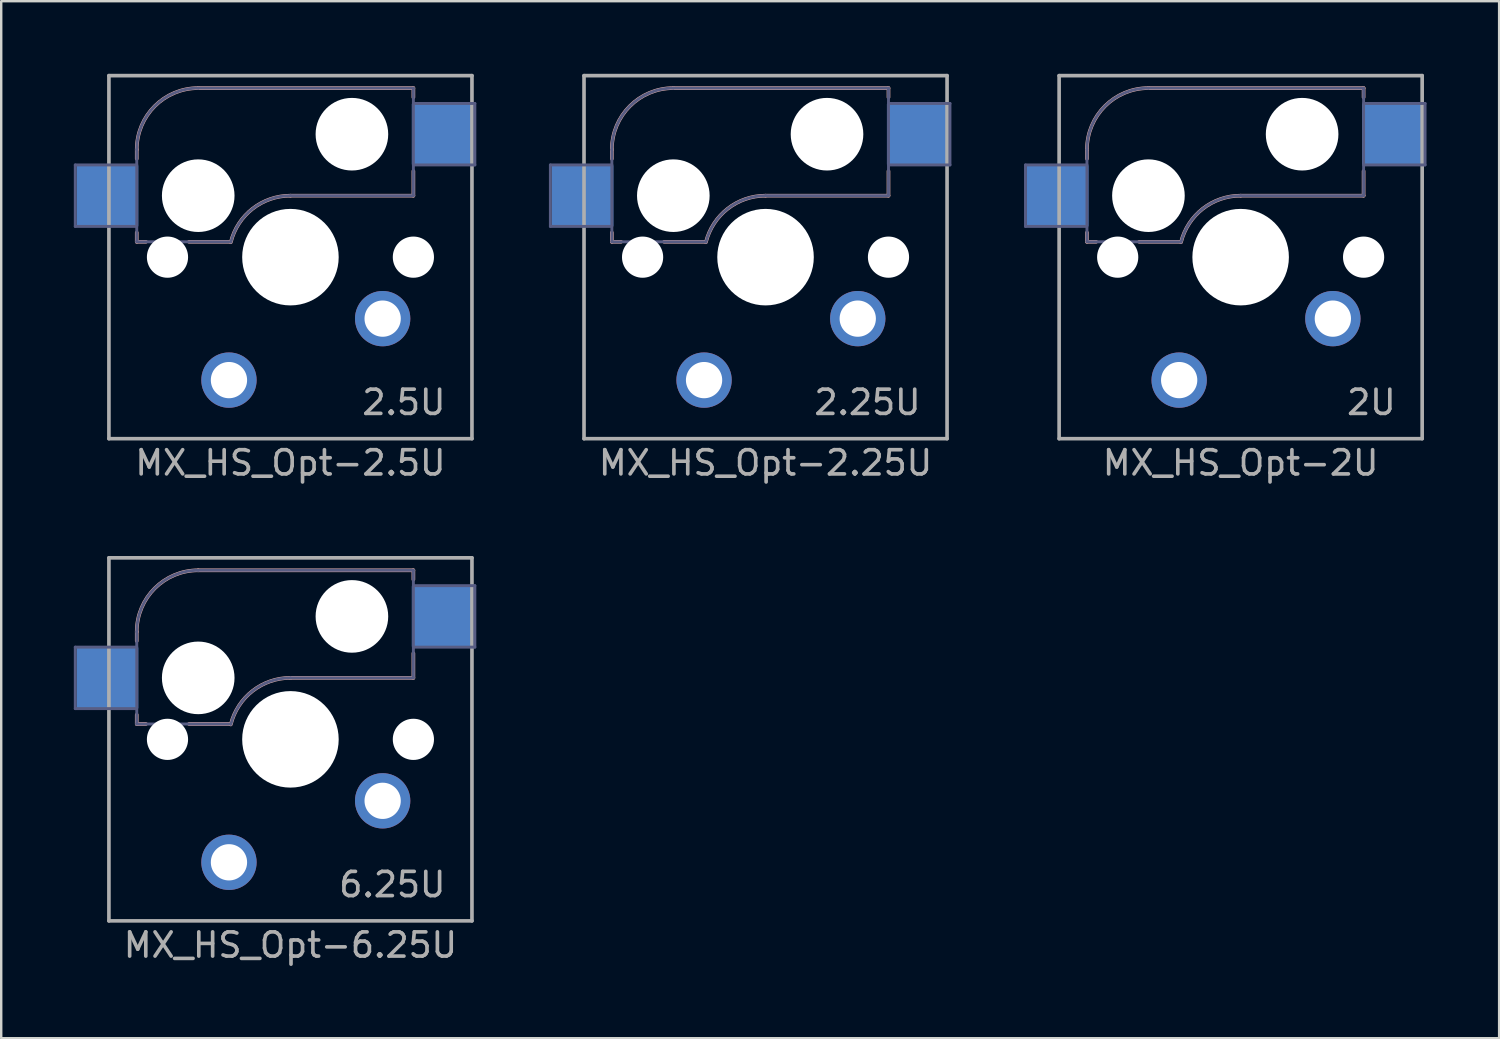
<source format=kicad_pcb>
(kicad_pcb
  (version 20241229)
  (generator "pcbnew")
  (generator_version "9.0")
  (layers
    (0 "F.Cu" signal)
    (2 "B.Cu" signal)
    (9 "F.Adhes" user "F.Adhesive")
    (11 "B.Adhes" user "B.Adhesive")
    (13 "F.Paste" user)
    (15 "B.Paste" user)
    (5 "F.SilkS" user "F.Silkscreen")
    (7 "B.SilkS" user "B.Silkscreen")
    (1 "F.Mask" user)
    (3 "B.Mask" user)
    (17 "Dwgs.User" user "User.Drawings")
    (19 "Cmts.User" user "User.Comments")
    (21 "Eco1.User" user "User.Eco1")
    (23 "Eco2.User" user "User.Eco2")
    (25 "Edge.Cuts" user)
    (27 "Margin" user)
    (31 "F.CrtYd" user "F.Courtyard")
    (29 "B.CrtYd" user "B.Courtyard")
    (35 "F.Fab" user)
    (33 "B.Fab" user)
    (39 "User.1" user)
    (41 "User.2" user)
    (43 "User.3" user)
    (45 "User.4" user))
  (footprint "MX_HS_Opt-2U"
    (layer "F.Cu")
    (at 48.21 7.575)
    (property "Reference" "MX_HS_Opt-2U" (at 0 8.5 0) (unlocked yes) (layer "F.Fab") (effects (font (size 1 1) (thickness 0.15))))
    (fp_line (start -6.35 -4.445) (end -6.35 -4.064) (stroke (width 0.15) (type solid)) (layer "B.SilkS"))
    (fp_line (start -6.35 -1.016) (end -6.35 -0.635) (stroke (width 0.15) (type solid)) (layer "B.SilkS"))
    (fp_line (start -6.35 -0.635) (end -5.969 -0.635) (stroke (width 0.15) (type solid)) (layer "B.SilkS"))
    (fp_line (start -4.191 -0.635) (end -2.54 -0.635) (stroke (width 0.15) (type solid)) (layer "B.SilkS"))
    (fp_line (start 0 -2.54) (end 5.08 -2.54) (stroke (width 0.15) (type solid)) (layer "B.SilkS"))
    (fp_line (start 5.08 -6.985) (end -3.81 -6.985) (stroke (width 0.15) (type solid)) (layer "B.SilkS"))
    (fp_line (start 5.08 -6.604) (end 5.08 -6.985) (stroke (width 0.15) (type solid)) (layer "B.SilkS"))
    (fp_line (start 5.08 -2.54) (end 5.08 -3.556) (stroke (width 0.15) (type solid)) (layer "B.SilkS"))
    (fp_arc (start -6.35 -4.445) (mid -5.606051 -6.241051) (end -3.81 -6.985) (stroke (width 0.15) (type solid)) (layer "B.SilkS"))
    (fp_arc (start -2.464162 -0.61604) (mid -1.563147 -2.002042) (end 0 -2.54) (stroke (width 0.15) (type solid)) (layer "B.SilkS"))
    (fp_line (start -6.9 6.9) (end -6.9 -6.9) (stroke (width 0.15) (type solid)) (layer "Eco2.User"))
    (fp_line (start -6.9 6.9) (end 6.9 6.9) (stroke (width 0.15) (type solid)) (layer "Eco2.User"))
    (fp_line (start 6.9 -6.9) (end -6.9 -6.9) (stroke (width 0.15) (type solid)) (layer "Eco2.User"))
    (fp_line (start 6.9 -6.9) (end 6.9 6.9) (stroke (width 0.15) (type solid)) (layer "Eco2.User"))
    (fp_line (start -8.89 -3.81) (end -8.89 -1.27) (stroke (width 0.12) (type solid)) (layer "B.Fab"))
    (fp_line (start -8.89 -1.27) (end -6.35 -1.27) (stroke (width 0.12) (type solid)) (layer "B.Fab"))
    (fp_line (start -6.35 -4.445) (end -6.35 -0.635) (stroke (width 0.12) (type solid)) (layer "B.Fab"))
    (fp_line (start -6.35 -3.81) (end -8.89 -3.81) (stroke (width 0.12) (type solid)) (layer "B.Fab"))
    (fp_line (start -6.35 -0.635) (end -2.54 -0.635) (stroke (width 0.12) (type solid)) (layer "B.Fab"))
    (fp_line (start 0 -2.54) (end 5.08 -2.54) (stroke (width 0.12) (type solid)) (layer "B.Fab"))
    (fp_line (start 5.08 -6.985) (end -3.81 -6.985) (stroke (width 0.12) (type solid)) (layer "B.Fab"))
    (fp_line (start 5.08 -3.81) (end 7.62 -3.81) (stroke (width 0.12) (type solid)) (layer "B.Fab"))
    (fp_line (start 5.08 -2.54) (end 5.08 -6.985) (stroke (width 0.12) (type solid)) (layer "B.Fab"))
    (fp_line (start 7.62 -6.35) (end 5.08 -6.35) (stroke (width 0.12) (type solid)) (layer "B.Fab"))
    (fp_line (start 7.62 -3.81) (end 7.62 -6.35) (stroke (width 0.12) (type solid)) (layer "B.Fab"))
    (fp_arc (start -6.35 -4.445) (mid -5.606051 -6.241051) (end -3.81 -6.985) (stroke (width 0.12) (type solid)) (layer "B.Fab"))
    (fp_arc (start -2.464162 -0.61604) (mid -1.563147 -2.002042) (end 0 -2.54) (stroke (width 0.12) (type solid)) (layer "B.Fab"))
    (fp_line (start -7.5 -7.5) (end 7.5 -7.5) (stroke (width 0.15) (type solid)) (layer "F.Fab"))
    (fp_line (start -7.5 7.5) (end -7.5 -7.5) (stroke (width 0.15) (type solid)) (layer "F.Fab"))
    (fp_line (start 7.5 -7.5) (end 7.5 7.5) (stroke (width 0.15) (type solid)) (layer "F.Fab"))
    (fp_line (start 7.5 7.5) (end -7.5 7.5) (stroke (width 0.15) (type solid)) (layer "F.Fab"))
    (fp_text user "2U" (at 6.5 6 0) (unlocked yes) (layer "F.Fab") (effects (font (size 1 1) (thickness 0.15)) (justify right)))
    (pad "" np_thru_hole circle (at -5.08 0 180) (size 1.702 1.702) (drill 1.702) (layers "*.Cu" "*.Mask"))
    (pad "" np_thru_hole circle (at -3.81 -2.54 180) (size 3 3) (drill 3) (layers "*.Cu" "*.Mask"))
    (pad "" np_thru_hole circle (at 0 0 180) (size 3.988 3.988) (drill 3.988) (layers "*.Cu" "*.Mask"))
    (pad "" np_thru_hole circle (at 2.54 -5.08 180) (size 3 3) (drill 3) (layers "*.Cu" "*.Mask"))
    (pad "" np_thru_hole circle (at 5.08 0 180) (size 1.702 1.702) (drill 1.702) (layers "*.Cu" "*.Mask"))
    (pad "1" thru_hole circle (at 3.81 2.54 180) (size 2.286 2.286) (drill 1.499) (layers "*.Cu" "*.Mask"))
    (pad "1" smd rect (at 6.29 -5.08 180) (size 2.55 2.5) (layers "B.Cu" "B.Mask" "B.Paste"))
    (pad "2" smd rect (at -7.56 -2.54 180) (size 2.55 2.5) (layers "B.Cu" "B.Mask" "B.Paste"))
    (pad "2" thru_hole circle (at -2.54 5.08 180) (size 2.286 2.286) (drill 1.499) (layers "*.Cu" "*.Mask")))
  (footprint "MX_HS_Opt-6.25U"
    (layer "F.Cu")
    (at 8.95 27.498)
    (property "Reference" "MX_HS_Opt-6.25U" (at 0 8.5 0) (unlocked yes) (layer "F.Fab") (effects (font (size 1 1) (thickness 0.15))))
    (fp_line (start -6.35 -4.445) (end -6.35 -4.064) (stroke (width 0.15) (type solid)) (layer "B.SilkS"))
    (fp_line (start -6.35 -1.016) (end -6.35 -0.635) (stroke (width 0.15) (type solid)) (layer "B.SilkS"))
    (fp_line (start -6.35 -0.635) (end -5.969 -0.635) (stroke (width 0.15) (type solid)) (layer "B.SilkS"))
    (fp_line (start -4.191 -0.635) (end -2.54 -0.635) (stroke (width 0.15) (type solid)) (layer "B.SilkS"))
    (fp_line (start 0 -2.54) (end 5.08 -2.54) (stroke (width 0.15) (type solid)) (layer "B.SilkS"))
    (fp_line (start 5.08 -6.985) (end -3.81 -6.985) (stroke (width 0.15) (type solid)) (layer "B.SilkS"))
    (fp_line (start 5.08 -6.604) (end 5.08 -6.985) (stroke (width 0.15) (type solid)) (layer "B.SilkS"))
    (fp_line (start 5.08 -2.54) (end 5.08 -3.556) (stroke (width 0.15) (type solid)) (layer "B.SilkS"))
    (fp_arc (start -6.35 -4.445) (mid -5.606051 -6.241051) (end -3.81 -6.985) (stroke (width 0.15) (type solid)) (layer "B.SilkS"))
    (fp_arc (start -2.464162 -0.61604) (mid -1.563147 -2.002042) (end 0 -2.54) (stroke (width 0.15) (type solid)) (layer "B.SilkS"))
    (fp_line (start -6.9 6.9) (end -6.9 -6.9) (stroke (width 0.15) (type solid)) (layer "Eco2.User"))
    (fp_line (start -6.9 6.9) (end 6.9 6.9) (stroke (width 0.15) (type solid)) (layer "Eco2.User"))
    (fp_line (start 6.9 -6.9) (end -6.9 -6.9) (stroke (width 0.15) (type solid)) (layer "Eco2.User"))
    (fp_line (start 6.9 -6.9) (end 6.9 6.9) (stroke (width 0.15) (type solid)) (layer "Eco2.User"))
    (fp_line (start -8.89 -3.81) (end -8.89 -1.27) (stroke (width 0.12) (type solid)) (layer "B.Fab"))
    (fp_line (start -8.89 -1.27) (end -6.35 -1.27) (stroke (width 0.12) (type solid)) (layer "B.Fab"))
    (fp_line (start -6.35 -4.445) (end -6.35 -0.635) (stroke (width 0.12) (type solid)) (layer "B.Fab"))
    (fp_line (start -6.35 -3.81) (end -8.89 -3.81) (stroke (width 0.12) (type solid)) (layer "B.Fab"))
    (fp_line (start -6.35 -0.635) (end -2.54 -0.635) (stroke (width 0.12) (type solid)) (layer "B.Fab"))
    (fp_line (start 0 -2.54) (end 5.08 -2.54) (stroke (width 0.12) (type solid)) (layer "B.Fab"))
    (fp_line (start 5.08 -6.985) (end -3.81 -6.985) (stroke (width 0.12) (type solid)) (layer "B.Fab"))
    (fp_line (start 5.08 -3.81) (end 7.62 -3.81) (stroke (width 0.12) (type solid)) (layer "B.Fab"))
    (fp_line (start 5.08 -2.54) (end 5.08 -6.985) (stroke (width 0.12) (type solid)) (layer "B.Fab"))
    (fp_line (start 7.62 -6.35) (end 5.08 -6.35) (stroke (width 0.12) (type solid)) (layer "B.Fab"))
    (fp_line (start 7.62 -3.81) (end 7.62 -6.35) (stroke (width 0.12) (type solid)) (layer "B.Fab"))
    (fp_arc (start -6.35 -4.445) (mid -5.606051 -6.241051) (end -3.81 -6.985) (stroke (width 0.12) (type solid)) (layer "B.Fab"))
    (fp_arc (start -2.464162 -0.61604) (mid -1.563147 -2.002042) (end 0 -2.54) (stroke (width 0.12) (type solid)) (layer "B.Fab"))
    (fp_line (start -7.5 -7.5) (end 7.5 -7.5) (stroke (width 0.15) (type solid)) (layer "F.Fab"))
    (fp_line (start -7.5 7.5) (end -7.5 -7.5) (stroke (width 0.15) (type solid)) (layer "F.Fab"))
    (fp_line (start 7.5 -7.5) (end 7.5 7.5) (stroke (width 0.15) (type solid)) (layer "F.Fab"))
    (fp_line (start 7.5 7.5) (end -7.5 7.5) (stroke (width 0.15) (type solid)) (layer "F.Fab"))
    (fp_text user "6.25U" (at 6.5 6 0) (unlocked yes) (layer "F.Fab") (effects (font (size 1 1) (thickness 0.15)) (justify right)))
    (pad "" np_thru_hole circle (at -5.08 0 180) (size 1.702 1.702) (drill 1.702) (layers "*.Cu" "*.Mask"))
    (pad "" np_thru_hole circle (at -3.81 -2.54 180) (size 3 3) (drill 3) (layers "*.Cu" "*.Mask"))
    (pad "" np_thru_hole circle (at 0 0 180) (size 3.988 3.988) (drill 3.988) (layers "*.Cu" "*.Mask"))
    (pad "" np_thru_hole circle (at 2.54 -5.08 180) (size 3 3) (drill 3) (layers "*.Cu" "*.Mask"))
    (pad "" np_thru_hole circle (at 5.08 0 180) (size 1.702 1.702) (drill 1.702) (layers "*.Cu" "*.Mask"))
    (pad "1" thru_hole circle (at 3.81 2.54 180) (size 2.286 2.286) (drill 1.499) (layers "*.Cu" "*.Mask"))
    (pad "1" smd rect (at 6.29 -5.08 180) (size 2.55 2.5) (layers "B.Cu" "B.Mask" "B.Paste"))
    (pad "2" smd rect (at -7.56 -2.54 180) (size 2.55 2.5) (layers "B.Cu" "B.Mask" "B.Paste"))
    (pad "2" thru_hole circle (at -2.54 5.08 180) (size 2.286 2.286) (drill 1.499) (layers "*.Cu" "*.Mask")))
  (footprint "MX_HS_Opt-2.25U"
    (layer "F.Cu")
    (at 28.58 7.575)
    (property "Reference" "MX_HS_Opt-2.25U" (at 0 8.5 0) (unlocked yes) (layer "F.Fab") (effects (font (size 1 1) (thickness 0.15))))
    (fp_line (start -6.35 -4.445) (end -6.35 -4.064) (stroke (width 0.15) (type solid)) (layer "B.SilkS"))
    (fp_line (start -6.35 -1.016) (end -6.35 -0.635) (stroke (width 0.15) (type solid)) (layer "B.SilkS"))
    (fp_line (start -6.35 -0.635) (end -5.969 -0.635) (stroke (width 0.15) (type solid)) (layer "B.SilkS"))
    (fp_line (start -4.191 -0.635) (end -2.54 -0.635) (stroke (width 0.15) (type solid)) (layer "B.SilkS"))
    (fp_line (start 0 -2.54) (end 5.08 -2.54) (stroke (width 0.15) (type solid)) (layer "B.SilkS"))
    (fp_line (start 5.08 -6.985) (end -3.81 -6.985) (stroke (width 0.15) (type solid)) (layer "B.SilkS"))
    (fp_line (start 5.08 -6.604) (end 5.08 -6.985) (stroke (width 0.15) (type solid)) (layer "B.SilkS"))
    (fp_line (start 5.08 -2.54) (end 5.08 -3.556) (stroke (width 0.15) (type solid)) (layer "B.SilkS"))
    (fp_arc (start -6.35 -4.445) (mid -5.606051 -6.241051) (end -3.81 -6.985) (stroke (width 0.15) (type solid)) (layer "B.SilkS"))
    (fp_arc (start -2.464162 -0.61604) (mid -1.563147 -2.002042) (end 0 -2.54) (stroke (width 0.15) (type solid)) (layer "B.SilkS"))
    (fp_line (start -6.9 6.9) (end -6.9 -6.9) (stroke (width 0.15) (type solid)) (layer "Eco2.User"))
    (fp_line (start -6.9 6.9) (end 6.9 6.9) (stroke (width 0.15) (type solid)) (layer "Eco2.User"))
    (fp_line (start 6.9 -6.9) (end -6.9 -6.9) (stroke (width 0.15) (type solid)) (layer "Eco2.User"))
    (fp_line (start 6.9 -6.9) (end 6.9 6.9) (stroke (width 0.15) (type solid)) (layer "Eco2.User"))
    (fp_line (start -8.89 -3.81) (end -8.89 -1.27) (stroke (width 0.12) (type solid)) (layer "B.Fab"))
    (fp_line (start -8.89 -1.27) (end -6.35 -1.27) (stroke (width 0.12) (type solid)) (layer "B.Fab"))
    (fp_line (start -6.35 -4.445) (end -6.35 -0.635) (stroke (width 0.12) (type solid)) (layer "B.Fab"))
    (fp_line (start -6.35 -3.81) (end -8.89 -3.81) (stroke (width 0.12) (type solid)) (layer "B.Fab"))
    (fp_line (start -6.35 -0.635) (end -2.54 -0.635) (stroke (width 0.12) (type solid)) (layer "B.Fab"))
    (fp_line (start 0 -2.54) (end 5.08 -2.54) (stroke (width 0.12) (type solid)) (layer "B.Fab"))
    (fp_line (start 5.08 -6.985) (end -3.81 -6.985) (stroke (width 0.12) (type solid)) (layer "B.Fab"))
    (fp_line (start 5.08 -3.81) (end 7.62 -3.81) (stroke (width 0.12) (type solid)) (layer "B.Fab"))
    (fp_line (start 5.08 -2.54) (end 5.08 -6.985) (stroke (width 0.12) (type solid)) (layer "B.Fab"))
    (fp_line (start 7.62 -6.35) (end 5.08 -6.35) (stroke (width 0.12) (type solid)) (layer "B.Fab"))
    (fp_line (start 7.62 -3.81) (end 7.62 -6.35) (stroke (width 0.12) (type solid)) (layer "B.Fab"))
    (fp_arc (start -6.35 -4.445) (mid -5.606051 -6.241051) (end -3.81 -6.985) (stroke (width 0.12) (type solid)) (layer "B.Fab"))
    (fp_arc (start -2.464162 -0.61604) (mid -1.563147 -2.002042) (end 0 -2.54) (stroke (width 0.12) (type solid)) (layer "B.Fab"))
    (fp_line (start -7.5 -7.5) (end 7.5 -7.5) (stroke (width 0.15) (type solid)) (layer "F.Fab"))
    (fp_line (start -7.5 7.5) (end -7.5 -7.5) (stroke (width 0.15) (type solid)) (layer "F.Fab"))
    (fp_line (start 7.5 -7.5) (end 7.5 7.5) (stroke (width 0.15) (type solid)) (layer "F.Fab"))
    (fp_line (start 7.5 7.5) (end -7.5 7.5) (stroke (width 0.15) (type solid)) (layer "F.Fab"))
    (fp_text user "2.25U" (at 6.5 6 0) (unlocked yes) (layer "F.Fab") (effects (font (size 1 1) (thickness 0.15)) (justify right)))
    (pad "" np_thru_hole circle (at -5.08 0 180) (size 1.702 1.702) (drill 1.702) (layers "*.Cu" "*.Mask"))
    (pad "" np_thru_hole circle (at -3.81 -2.54 180) (size 3 3) (drill 3) (layers "*.Cu" "*.Mask"))
    (pad "" np_thru_hole circle (at 0 0 180) (size 3.988 3.988) (drill 3.988) (layers "*.Cu" "*.Mask"))
    (pad "" np_thru_hole circle (at 2.54 -5.08 180) (size 3 3) (drill 3) (layers "*.Cu" "*.Mask"))
    (pad "" np_thru_hole circle (at 5.08 0 180) (size 1.702 1.702) (drill 1.702) (layers "*.Cu" "*.Mask"))
    (pad "1" thru_hole circle (at 3.81 2.54 180) (size 2.286 2.286) (drill 1.499) (layers "*.Cu" "*.Mask"))
    (pad "1" smd rect (at 6.29 -5.08 180) (size 2.55 2.5) (layers "B.Cu" "B.Mask" "B.Paste"))
    (pad "2" smd rect (at -7.56 -2.54 180) (size 2.55 2.5) (layers "B.Cu" "B.Mask" "B.Paste"))
    (pad "2" thru_hole circle (at -2.54 5.08 180) (size 2.286 2.286) (drill 1.499) (layers "*.Cu" "*.Mask")))
  (footprint "MX_HS_Opt-2.5U"
    (layer "F.Cu")
    (at 8.95 7.575)
    (property "Reference" "MX_HS_Opt-2.5U" (at 0 8.5 0) (unlocked yes) (layer "F.Fab") (effects (font (size 1 1) (thickness 0.15))))
    (fp_line (start -6.35 -4.445) (end -6.35 -4.064) (stroke (width 0.15) (type solid)) (layer "B.SilkS"))
    (fp_line (start -6.35 -1.016) (end -6.35 -0.635) (stroke (width 0.15) (type solid)) (layer "B.SilkS"))
    (fp_line (start -6.35 -0.635) (end -5.969 -0.635) (stroke (width 0.15) (type solid)) (layer "B.SilkS"))
    (fp_line (start -4.191 -0.635) (end -2.54 -0.635) (stroke (width 0.15) (type solid)) (layer "B.SilkS"))
    (fp_line (start 0 -2.54) (end 5.08 -2.54) (stroke (width 0.15) (type solid)) (layer "B.SilkS"))
    (fp_line (start 5.08 -6.985) (end -3.81 -6.985) (stroke (width 0.15) (type solid)) (layer "B.SilkS"))
    (fp_line (start 5.08 -6.604) (end 5.08 -6.985) (stroke (width 0.15) (type solid)) (layer "B.SilkS"))
    (fp_line (start 5.08 -2.54) (end 5.08 -3.556) (stroke (width 0.15) (type solid)) (layer "B.SilkS"))
    (fp_arc (start -6.35 -4.445) (mid -5.606051 -6.241051) (end -3.81 -6.985) (stroke (width 0.15) (type solid)) (layer "B.SilkS"))
    (fp_arc (start -2.464162 -0.61604) (mid -1.563147 -2.002042) (end 0 -2.54) (stroke (width 0.15) (type solid)) (layer "B.SilkS"))
    (fp_line (start -6.9 6.9) (end -6.9 -6.9) (stroke (width 0.15) (type solid)) (layer "Eco2.User"))
    (fp_line (start -6.9 6.9) (end 6.9 6.9) (stroke (width 0.15) (type solid)) (layer "Eco2.User"))
    (fp_line (start 6.9 -6.9) (end -6.9 -6.9) (stroke (width 0.15) (type solid)) (layer "Eco2.User"))
    (fp_line (start 6.9 -6.9) (end 6.9 6.9) (stroke (width 0.15) (type solid)) (layer "Eco2.User"))
    (fp_line (start -8.89 -3.81) (end -8.89 -1.27) (stroke (width 0.12) (type solid)) (layer "B.Fab"))
    (fp_line (start -8.89 -1.27) (end -6.35 -1.27) (stroke (width 0.12) (type solid)) (layer "B.Fab"))
    (fp_line (start -6.35 -4.445) (end -6.35 -0.635) (stroke (width 0.12) (type solid)) (layer "B.Fab"))
    (fp_line (start -6.35 -3.81) (end -8.89 -3.81) (stroke (width 0.12) (type solid)) (layer "B.Fab"))
    (fp_line (start -6.35 -0.635) (end -2.54 -0.635) (stroke (width 0.12) (type solid)) (layer "B.Fab"))
    (fp_line (start 0 -2.54) (end 5.08 -2.54) (stroke (width 0.12) (type solid)) (layer "B.Fab"))
    (fp_line (start 5.08 -6.985) (end -3.81 -6.985) (stroke (width 0.12) (type solid)) (layer "B.Fab"))
    (fp_line (start 5.08 -3.81) (end 7.62 -3.81) (stroke (width 0.12) (type solid)) (layer "B.Fab"))
    (fp_line (start 5.08 -2.54) (end 5.08 -6.985) (stroke (width 0.12) (type solid)) (layer "B.Fab"))
    (fp_line (start 7.62 -6.35) (end 5.08 -6.35) (stroke (width 0.12) (type solid)) (layer "B.Fab"))
    (fp_line (start 7.62 -3.81) (end 7.62 -6.35) (stroke (width 0.12) (type solid)) (layer "B.Fab"))
    (fp_arc (start -6.35 -4.445) (mid -5.606051 -6.241051) (end -3.81 -6.985) (stroke (width 0.12) (type solid)) (layer "B.Fab"))
    (fp_arc (start -2.464162 -0.61604) (mid -1.563147 -2.002042) (end 0 -2.54) (stroke (width 0.12) (type solid)) (layer "B.Fab"))
    (fp_line (start -7.5 -7.5) (end 7.5 -7.5) (stroke (width 0.15) (type solid)) (layer "F.Fab"))
    (fp_line (start -7.5 7.5) (end -7.5 -7.5) (stroke (width 0.15) (type solid)) (layer "F.Fab"))
    (fp_line (start 7.5 -7.5) (end 7.5 7.5) (stroke (width 0.15) (type solid)) (layer "F.Fab"))
    (fp_line (start 7.5 7.5) (end -7.5 7.5) (stroke (width 0.15) (type solid)) (layer "F.Fab"))
    (fp_text user "2.5U" (at 6.5 6 0) (unlocked yes) (layer "F.Fab") (effects (font (size 1 1) (thickness 0.15)) (justify right)))
    (pad "" np_thru_hole circle (at -5.08 0 180) (size 1.702 1.702) (drill 1.702) (layers "*.Cu" "*.Mask"))
    (pad "" np_thru_hole circle (at -3.81 -2.54 180) (size 3 3) (drill 3) (layers "*.Cu" "*.Mask"))
    (pad "" np_thru_hole circle (at 0 0 180) (size 3.988 3.988) (drill 3.988) (layers "*.Cu" "*.Mask"))
    (pad "" np_thru_hole circle (at 2.54 -5.08 180) (size 3 3) (drill 3) (layers "*.Cu" "*.Mask"))
    (pad "" np_thru_hole circle (at 5.08 0 180) (size 1.702 1.702) (drill 1.702) (layers "*.Cu" "*.Mask"))
    (pad "1" thru_hole circle (at 3.81 2.54 180) (size 2.286 2.286) (drill 1.499) (layers "*.Cu" "*.Mask"))
    (pad "1" smd rect (at 6.29 -5.08 180) (size 2.55 2.5) (layers "B.Cu" "B.Mask" "B.Paste"))
    (pad "2" smd rect (at -7.56 -2.54 180) (size 2.55 2.5) (layers "B.Cu" "B.Mask" "B.Paste"))
    (pad "2" thru_hole circle (at -2.54 5.08 180) (size 2.286 2.286) (drill 1.499) (layers "*.Cu" "*.Mask")))
  (gr_rect
    (start -3 -3)
    (end 58.89 39.846)
    (stroke (width 0.1) (type default))
    (fill no)
    (layer "Edge.Cuts")))
</source>
